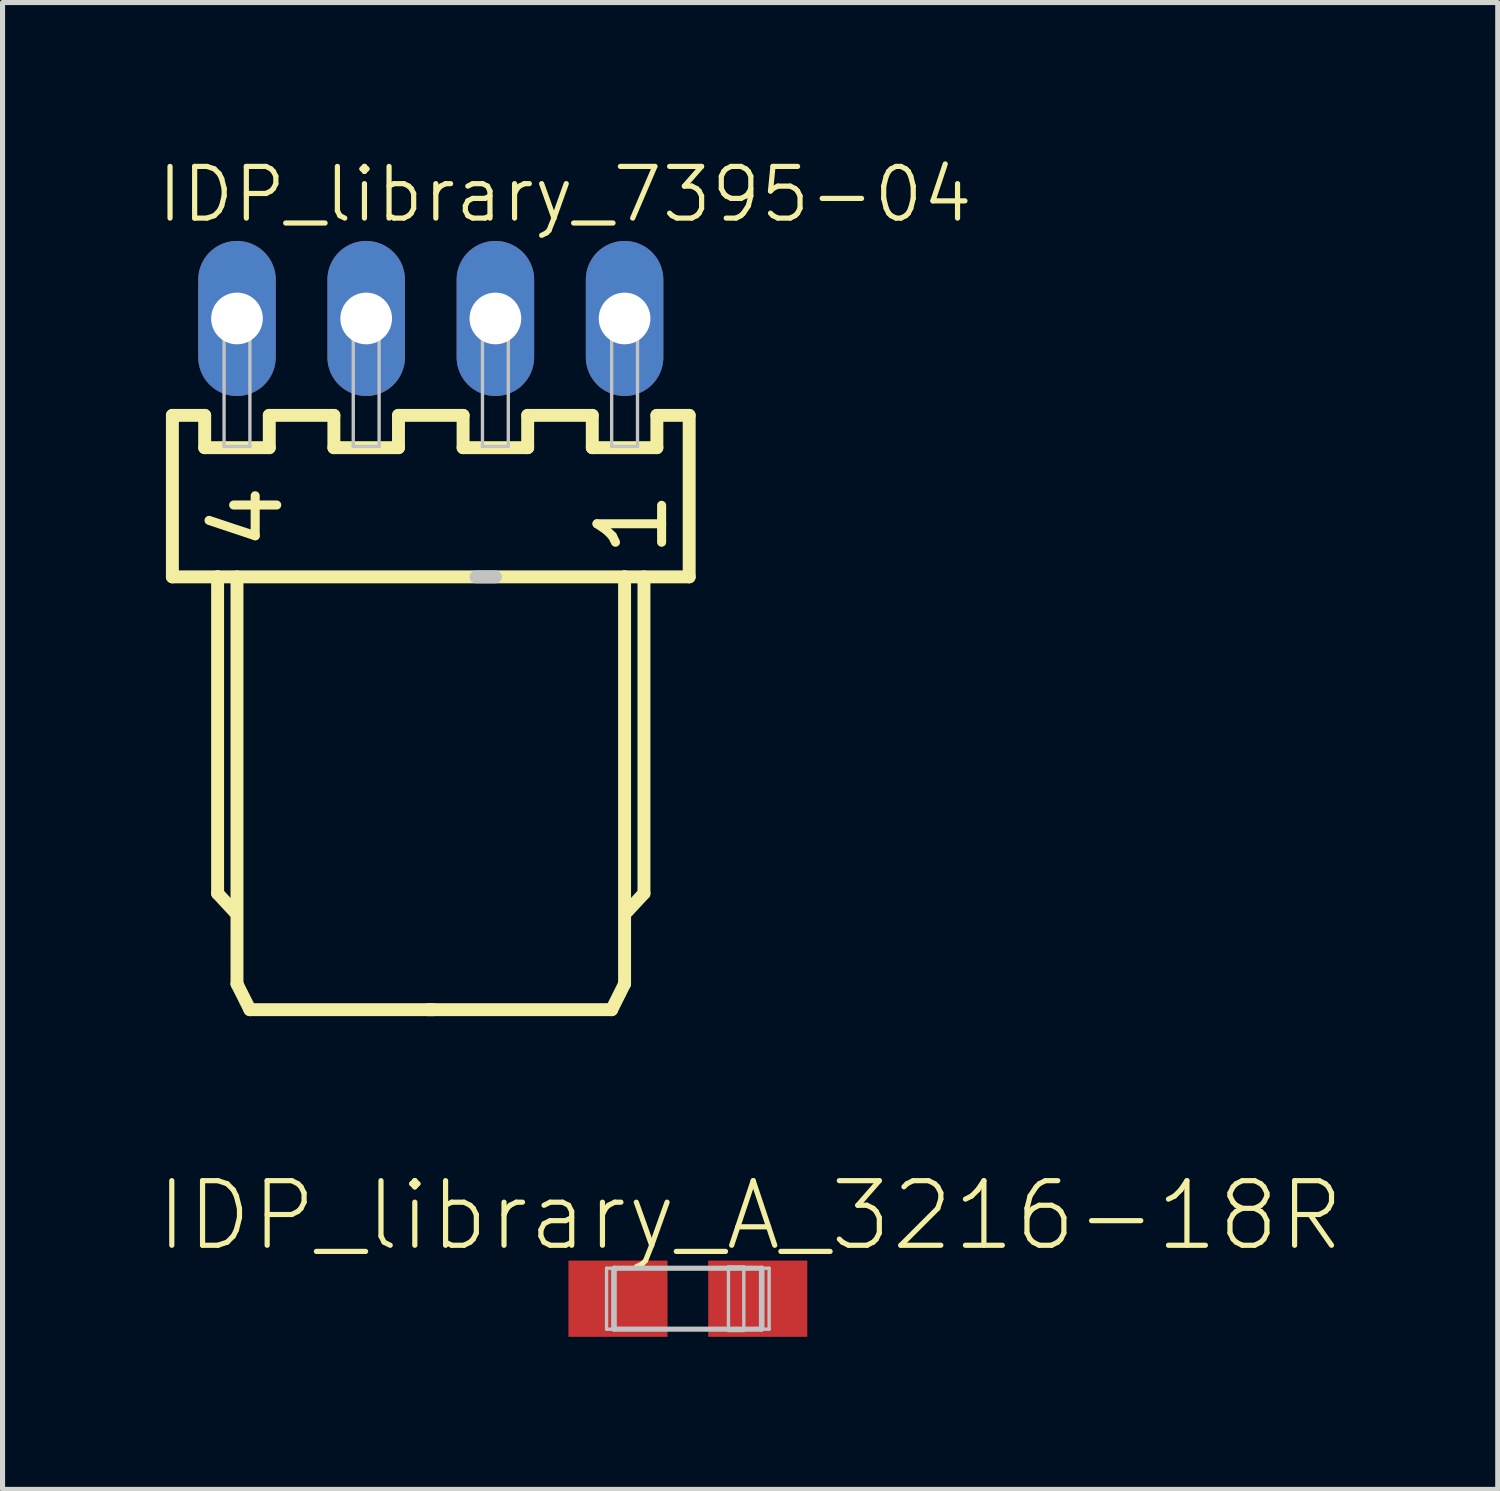
<source format=kicad_pcb>
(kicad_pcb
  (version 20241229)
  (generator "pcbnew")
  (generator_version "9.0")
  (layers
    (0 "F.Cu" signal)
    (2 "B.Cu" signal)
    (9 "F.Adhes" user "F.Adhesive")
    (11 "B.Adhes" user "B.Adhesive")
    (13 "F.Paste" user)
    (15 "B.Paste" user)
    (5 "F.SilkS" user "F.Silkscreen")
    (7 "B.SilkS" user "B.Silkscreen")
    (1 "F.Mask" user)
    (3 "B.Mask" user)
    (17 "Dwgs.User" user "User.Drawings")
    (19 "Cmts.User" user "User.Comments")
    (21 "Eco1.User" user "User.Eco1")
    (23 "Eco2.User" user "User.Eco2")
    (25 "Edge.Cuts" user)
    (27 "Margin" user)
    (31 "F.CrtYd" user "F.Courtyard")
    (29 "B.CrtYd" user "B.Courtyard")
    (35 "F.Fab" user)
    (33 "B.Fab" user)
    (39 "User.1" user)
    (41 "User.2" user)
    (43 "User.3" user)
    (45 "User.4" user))
  (footprint "IDP_library_7395-04"
    (layer "F.Cu")
    (at 5.419 3.211)
    (property "Reference" "IDP_library_7395-04" (at 2.639 -2.438 180) (layer "F.SilkS") (effects (font (size 1.016 1.016) (thickness 0.102))))
    (attr exclude_from_pos_files exclude_from_bom)
    (fp_line (start -5.08 1.905) (end -5.08 5.08) (stroke (width 0.254) (type solid)) (layer "F.SilkS"))
    (fp_line (start -5.08 5.08) (end -4.191 5.08) (stroke (width 0.254) (type solid)) (layer "F.SilkS"))
    (fp_line (start -4.445 1.905) (end -5.08 1.905) (stroke (width 0.254) (type solid)) (layer "F.SilkS"))
    (fp_line (start -4.445 2.54) (end -4.445 1.905) (stroke (width 0.254) (type solid)) (layer "F.SilkS"))
    (fp_line (start -4.191 5.08) (end -4.191 11.303) (stroke (width 0.254) (type solid)) (layer "F.SilkS"))
    (fp_line (start -4.191 5.08) (end 3.81 5.08) (stroke (width 0.254) (type solid)) (layer "F.SilkS"))
    (fp_line (start -4.191 11.303) (end -3.861 11.659) (stroke (width 0.254) (type solid)) (layer "F.SilkS"))
    (fp_line (start -3.81 5.08) (end -3.81 13.081) (stroke (width 0.254) (type solid)) (layer "F.SilkS"))
    (fp_line (start -3.81 13.081) (end -3.556 13.589) (stroke (width 0.254) (type solid)) (layer "F.SilkS"))
    (fp_line (start -3.556 13.589) (end 0.051 13.589) (stroke (width 0.254) (type solid)) (layer "F.SilkS"))
    (fp_line (start -3.175 1.905) (end -3.175 2.54) (stroke (width 0.254) (type solid)) (layer "F.SilkS"))
    (fp_line (start -3.175 2.54) (end -4.445 2.54) (stroke (width 0.254) (type solid)) (layer "F.SilkS"))
    (fp_line (start -1.905 1.905) (end -3.175 1.905) (stroke (width 0.254) (type solid)) (layer "F.SilkS"))
    (fp_line (start -1.905 2.54) (end -1.905 1.905) (stroke (width 0.254) (type solid)) (layer "F.SilkS"))
    (fp_line (start -0.635 1.905) (end -0.635 2.54) (stroke (width 0.254) (type solid)) (layer "F.SilkS"))
    (fp_line (start -0.635 2.54) (end -1.905 2.54) (stroke (width 0.254) (type solid)) (layer "F.SilkS"))
    (fp_line (start 0.635 1.905) (end -0.635 1.905) (stroke (width 0.254) (type solid)) (layer "F.SilkS"))
    (fp_line (start 0.635 2.54) (end 0.635 1.905) (stroke (width 0.254) (type solid)) (layer "F.SilkS"))
    (fp_line (start 1.905 1.905) (end 1.905 2.54) (stroke (width 0.254) (type solid)) (layer "F.SilkS"))
    (fp_line (start 1.905 2.54) (end 0.635 2.54) (stroke (width 0.254) (type solid)) (layer "F.SilkS"))
    (fp_line (start 3.175 1.905) (end 1.905 1.905) (stroke (width 0.254) (type solid)) (layer "F.SilkS"))
    (fp_line (start 3.175 2.54) (end 3.175 1.905) (stroke (width 0.254) (type solid)) (layer "F.SilkS"))
    (fp_line (start 3.556 13.589) (end -0.051 13.589) (stroke (width 0.254) (type solid)) (layer "F.SilkS"))
    (fp_line (start 3.81 5.08) (end 3.81 13.081) (stroke (width 0.254) (type solid)) (layer "F.SilkS"))
    (fp_line (start 3.81 5.08) (end 5.08 5.08) (stroke (width 0.254) (type solid)) (layer "F.SilkS"))
    (fp_line (start 3.81 13.081) (end 3.556 13.589) (stroke (width 0.254) (type solid)) (layer "F.SilkS"))
    (fp_line (start 4.191 5.08) (end 4.191 11.303) (stroke (width 0.254) (type solid)) (layer "F.SilkS"))
    (fp_line (start 4.191 11.303) (end 3.861 11.659) (stroke (width 0.254) (type solid)) (layer "F.SilkS"))
    (fp_line (start 4.445 1.905) (end 4.445 2.54) (stroke (width 0.254) (type solid)) (layer "F.SilkS"))
    (fp_line (start 4.445 2.54) (end 3.175 2.54) (stroke (width 0.254) (type solid)) (layer "F.SilkS"))
    (fp_line (start 5.08 1.905) (end 4.445 1.905) (stroke (width 0.254) (type solid)) (layer "F.SilkS"))
    (fp_line (start 5.08 5.08) (end 5.08 1.905) (stroke (width 0.254) (type solid)) (layer "F.SilkS"))
    (fp_line (start -4.064 -0.254) (end -3.556 -0.254) (stroke (width 0.066) (type solid)) (layer "Dwgs.User"))
    (fp_line (start -4.064 0.254) (end -4.064 -0.254) (stroke (width 0.066) (type solid)) (layer "Dwgs.User"))
    (fp_line (start -4.064 0.254) (end -3.556 0.254) (stroke (width 0.066) (type solid)) (layer "Dwgs.User"))
    (fp_line (start -4.064 0.279) (end -3.556 0.279) (stroke (width 0.066) (type solid)) (layer "Dwgs.User"))
    (fp_line (start -4.064 2.515) (end -4.064 0.279) (stroke (width 0.066) (type solid)) (layer "Dwgs.User"))
    (fp_line (start -4.064 2.515) (end -3.556 2.515) (stroke (width 0.066) (type solid)) (layer "Dwgs.User"))
    (fp_line (start -3.556 0.254) (end -3.556 -0.254) (stroke (width 0.066) (type solid)) (layer "Dwgs.User"))
    (fp_line (start -3.556 2.515) (end -3.556 0.279) (stroke (width 0.066) (type solid)) (layer "Dwgs.User"))
    (fp_line (start -1.524 -0.254) (end -1.016 -0.254) (stroke (width 0.066) (type solid)) (layer "Dwgs.User"))
    (fp_line (start -1.524 0.254) (end -1.524 -0.254) (stroke (width 0.066) (type solid)) (layer "Dwgs.User"))
    (fp_line (start -1.524 0.254) (end -1.016 0.254) (stroke (width 0.066) (type solid)) (layer "Dwgs.User"))
    (fp_line (start -1.524 0.279) (end -1.016 0.279) (stroke (width 0.066) (type solid)) (layer "Dwgs.User"))
    (fp_line (start -1.524 2.515) (end -1.524 0.279) (stroke (width 0.066) (type solid)) (layer "Dwgs.User"))
    (fp_line (start -1.524 2.515) (end -1.016 2.515) (stroke (width 0.066) (type solid)) (layer "Dwgs.User"))
    (fp_line (start -1.016 0.254) (end -1.016 -0.254) (stroke (width 0.066) (type solid)) (layer "Dwgs.User"))
    (fp_line (start -1.016 2.515) (end -1.016 0.279) (stroke (width 0.066) (type solid)) (layer "Dwgs.User"))
    (fp_line (start 1.016 -0.254) (end 1.524 -0.254) (stroke (width 0.066) (type solid)) (layer "Dwgs.User"))
    (fp_line (start 1.016 0.254) (end 1.016 -0.254) (stroke (width 0.066) (type solid)) (layer "Dwgs.User"))
    (fp_line (start 1.016 0.254) (end 1.524 0.254) (stroke (width 0.066) (type solid)) (layer "Dwgs.User"))
    (fp_line (start 1.016 0.279) (end 1.524 0.279) (stroke (width 0.066) (type solid)) (layer "Dwgs.User"))
    (fp_line (start 1.016 2.515) (end 1.016 0.279) (stroke (width 0.066) (type solid)) (layer "Dwgs.User"))
    (fp_line (start 1.016 2.515) (end 1.524 2.515) (stroke (width 0.066) (type solid)) (layer "Dwgs.User"))
    (fp_line (start 1.27 5.08) (end 0.889 5.08) (stroke (width 0.254) (type solid)) (layer "Dwgs.User"))
    (fp_line (start 1.524 0.254) (end 1.524 -0.254) (stroke (width 0.066) (type solid)) (layer "Dwgs.User"))
    (fp_line (start 1.524 2.515) (end 1.524 0.279) (stroke (width 0.066) (type solid)) (layer "Dwgs.User"))
    (fp_line (start 3.556 -0.254) (end 4.064 -0.254) (stroke (width 0.066) (type solid)) (layer "Dwgs.User"))
    (fp_line (start 3.556 0.254) (end 3.556 -0.254) (stroke (width 0.066) (type solid)) (layer "Dwgs.User"))
    (fp_line (start 3.556 0.254) (end 4.064 0.254) (stroke (width 0.066) (type solid)) (layer "Dwgs.User"))
    (fp_line (start 3.556 0.279) (end 4.064 0.279) (stroke (width 0.066) (type solid)) (layer "Dwgs.User"))
    (fp_line (start 3.556 2.515) (end 3.556 0.279) (stroke (width 0.066) (type solid)) (layer "Dwgs.User"))
    (fp_line (start 3.556 2.515) (end 4.064 2.515) (stroke (width 0.066) (type solid)) (layer "Dwgs.User"))
    (fp_line (start 4.064 0.254) (end 4.064 -0.254) (stroke (width 0.066) (type solid)) (layer "Dwgs.User"))
    (fp_line (start 4.064 2.515) (end 4.064 0.279) (stroke (width 0.066) (type solid)) (layer "Dwgs.User"))
    (fp_text user "1" (at 3.96 4.036 270) (layer "F.SilkS") (effects (font (size 1.27 1.27) (thickness 0.178))))
    (fp_text user "4" (at -3.607 3.909 270) (layer "F.SilkS") (effects (font (size 1.27 1.27) (thickness 0.178))))
    (pad "1" thru_hole oval (at 3.81 0 180) (size 1.524 3.048) (drill 1.016) (layers "*.Cu" "*.Paste" "*.Mask"))
    (pad "2" thru_hole oval (at 1.27 0 180) (size 1.524 3.048) (drill 1.016) (layers "*.Cu" "*.Paste" "*.Mask"))
    (pad "3" thru_hole oval (at -1.27 0 180) (size 1.524 3.048) (drill 1.016) (layers "*.Cu" "*.Paste" "*.Mask"))
    (pad "4" thru_hole oval (at -3.81 0 180) (size 1.524 3.048) (drill 1.016) (layers "*.Cu" "*.Paste" "*.Mask")))
  (footprint "IDP_library_A_3216-18R"
    (layer "F.Cu")
    (at 10.473 22.482)
    (property "Reference" "IDP_library_A_3216-18R" (at 1.224 -1.633 0) (layer "F.SilkS") (effects (font (size 1.27 1.27) (thickness 0.102))))
    (attr smd)
    (fp_line (start -1.598 -0.599) (end -1.473 -0.599) (stroke (width 0.066) (type solid)) (layer "Dwgs.User"))
    (fp_line (start -1.598 0.599) (end -1.598 -0.599) (stroke (width 0.066) (type solid)) (layer "Dwgs.User"))
    (fp_line (start -1.598 0.599) (end -1.473 0.599) (stroke (width 0.066) (type solid)) (layer "Dwgs.User"))
    (fp_line (start -1.473 0.599) (end -1.473 -0.599) (stroke (width 0.066) (type solid)) (layer "Dwgs.User"))
    (fp_line (start -1.448 -0.599) (end 1.448 -0.599) (stroke (width 0.102) (type solid)) (layer "Dwgs.User"))
    (fp_line (start -1.448 0.599) (end -1.448 -0.599) (stroke (width 0.102) (type solid)) (layer "Dwgs.User"))
    (fp_line (start 0.798 -0.625) (end 1.1 -0.625) (stroke (width 0.066) (type solid)) (layer "Dwgs.User"))
    (fp_line (start 0.798 0.625) (end 0.798 -0.625) (stroke (width 0.066) (type solid)) (layer "Dwgs.User"))
    (fp_line (start 0.798 0.625) (end 1.1 0.625) (stroke (width 0.066) (type solid)) (layer "Dwgs.User"))
    (fp_line (start 1.1 0.625) (end 1.1 -0.625) (stroke (width 0.066) (type solid)) (layer "Dwgs.User"))
    (fp_line (start 1.448 -0.599) (end 1.448 0.599) (stroke (width 0.102) (type solid)) (layer "Dwgs.User"))
    (fp_line (start 1.448 0.599) (end -1.448 0.599) (stroke (width 0.102) (type solid)) (layer "Dwgs.User"))
    (fp_line (start 1.473 -0.599) (end 1.598 -0.599) (stroke (width 0.066) (type solid)) (layer "Dwgs.User"))
    (fp_line (start 1.473 0.599) (end 1.473 -0.599) (stroke (width 0.066) (type solid)) (layer "Dwgs.User"))
    (fp_line (start 1.473 0.599) (end 1.598 0.599) (stroke (width 0.066) (type solid)) (layer "Dwgs.User"))
    (fp_line (start 1.598 0.599) (end 1.598 -0.599) (stroke (width 0.066) (type solid)) (layer "Dwgs.User"))
    (pad "+" smd rect (at 1.374 0) (size 1.948 1.499) (layers "F.Cu" "F.Mask" "F.Paste"))
    (pad "-" smd rect (at -1.374 0) (size 1.948 1.499) (layers "F.Cu" "F.Mask" "F.Paste")))
  (gr_rect
    (start -3 -3)
    (end 26.395 26.231)
    (stroke (width 0.1) (type default))
    (fill no)
    (layer "Edge.Cuts")))
</source>
